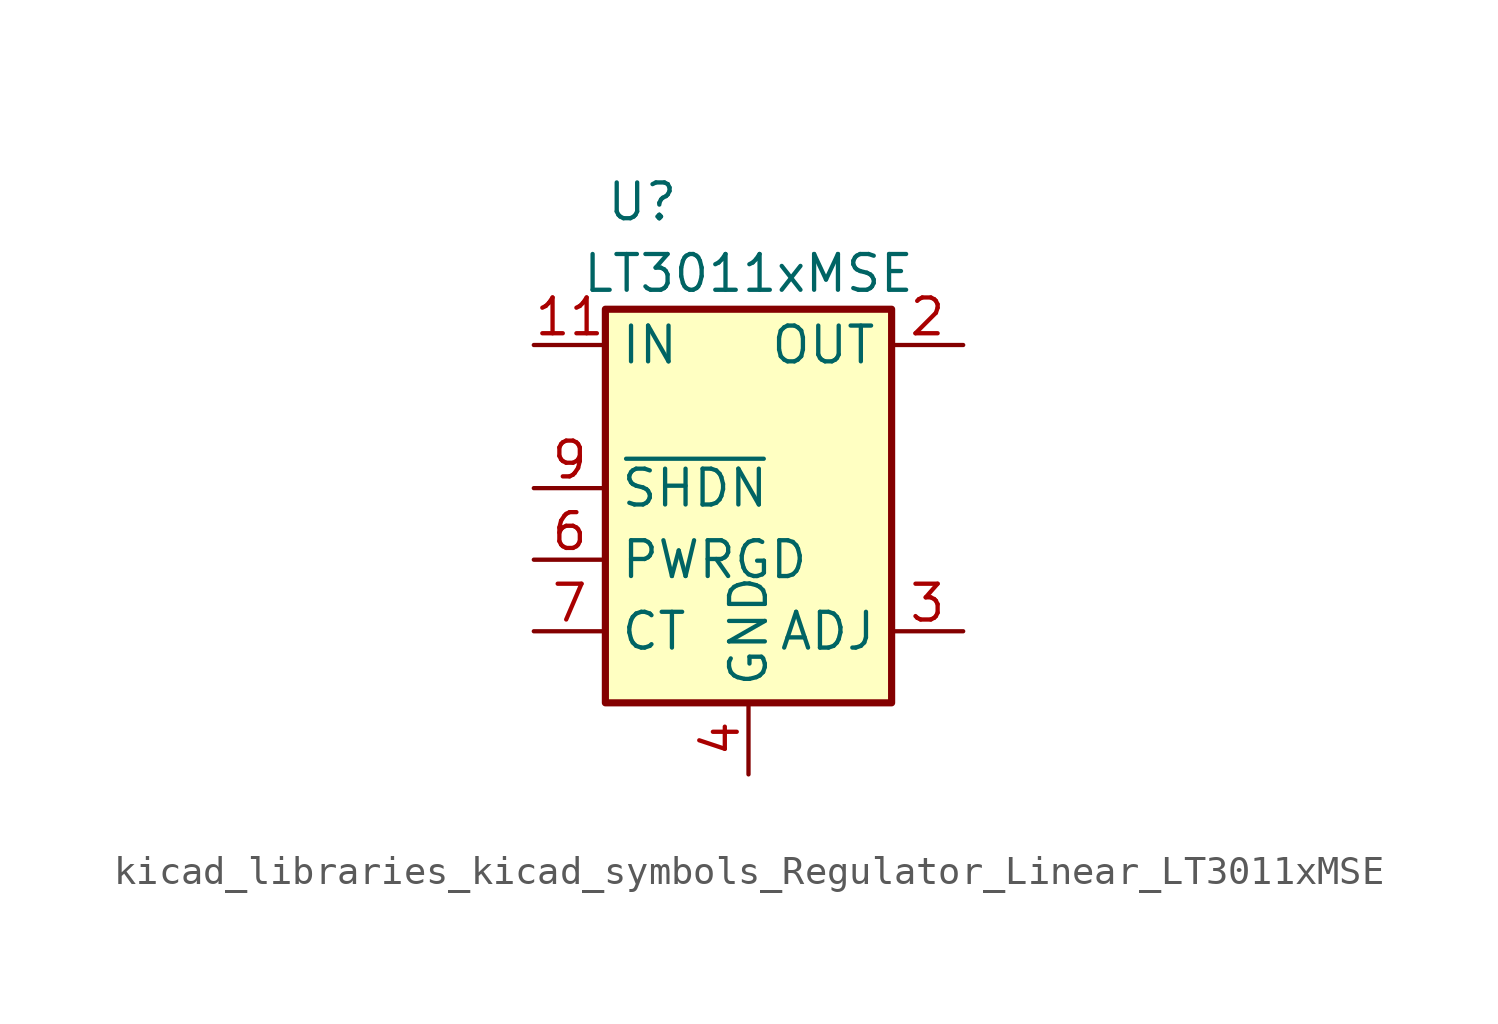
<source format=kicad_sym>
(kicad_symbol_lib
  (version 20220914)
  (generator kicad_symbol_editor)
  (symbol "kicad_libraries_kicad_symbols_Regulator_Linear_LT3011xMSE"
    (property "Reference" "U"
      (at -5.08 10.16 0)
      (effects (font (size 1.27 1.27)) (justify left)))
    (property "Value" "LT3011xMSE"
      (at 0 7.62 0)
      (effects (font (size 1.27 1.27))))
    (symbol "kicad_libraries_kicad_symbols_Regulator_Linear_LT3011xMSE_0_1"
      (rectangle (start -5.08 6.35) (end 5.08 -7.62) (stroke (width 0.254) (type default)) (fill (type background))))
    (symbol "kicad_libraries_kicad_symbols_Regulator_Linear_LT3011xMSE_1_1"
      (pin no_connect line (at -5.08 2.54 0) (length 2.54) hide (name "NC" (effects (font (size 1.27 1.27)))) (number "1" (effects (font (size 1.27 1.27)))))
      (pin no_connect line (at 5.08 -2.54 180) (length 2.54) hide (name "NC" (effects (font (size 1.27 1.27)))) (number "10" (effects (font (size 1.27 1.27)))))
      (pin power_in line (at -7.62 5.08 0) (length 2.54) (name "IN" (effects (font (size 1.27 1.27)))) (number "11" (effects (font (size 1.27 1.27)))))
      (pin no_connect line (at 0 5.08 270) (length 2.54) hide (name "NC" (effects (font (size 1.27 1.27)))) (number "12" (effects (font (size 1.27 1.27)))))
      (pin passive line (at 0 -10.16 90) (length 2.54) hide (name "GND" (effects (font (size 1.27 1.27)))) (number "13" (effects (font (size 1.27 1.27)))))
      (pin power_out line (at 7.62 5.08 180) (length 2.54) (name "OUT" (effects (font (size 1.27 1.27)))) (number "2" (effects (font (size 1.27 1.27)))))
      (pin input line (at 7.62 -5.08 180) (length 2.54) (name "ADJ" (effects (font (size 1.27 1.27)))) (number "3" (effects (font (size 1.27 1.27)))))
      (pin power_in line (at 0 -10.16 90) (length 2.54) (name "GND" (effects (font (size 1.27 1.27)))) (number "4" (effects (font (size 1.27 1.27)))))
      (pin no_connect line (at 5.08 2.54 180) (length 2.54) hide (name "NC" (effects (font (size 1.27 1.27)))) (number "5" (effects (font (size 1.27 1.27)))))
      (pin open_collector line (at -7.62 -2.54 0) (length 2.54) (name "PWRGD" (effects (font (size 1.27 1.27)))) (number "6" (effects (font (size 1.27 1.27)))))
      (pin unspecified line (at -7.62 -5.08 0) (length 2.54) (name "CT" (effects (font (size 1.27 1.27)))) (number "7" (effects (font (size 1.27 1.27)))))
      (pin no_connect line (at 5.08 0 180) (length 2.54) hide (name "NC" (effects (font (size 1.27 1.27)))) (number "8" (effects (font (size 1.27 1.27)))))
      (pin input line (at -7.62 0 0) (length 2.54) (name "~{SHDN}" (effects (font (size 1.27 1.27)))) (number "9" (effects (font (size 1.27 1.27))))))))
</source>
